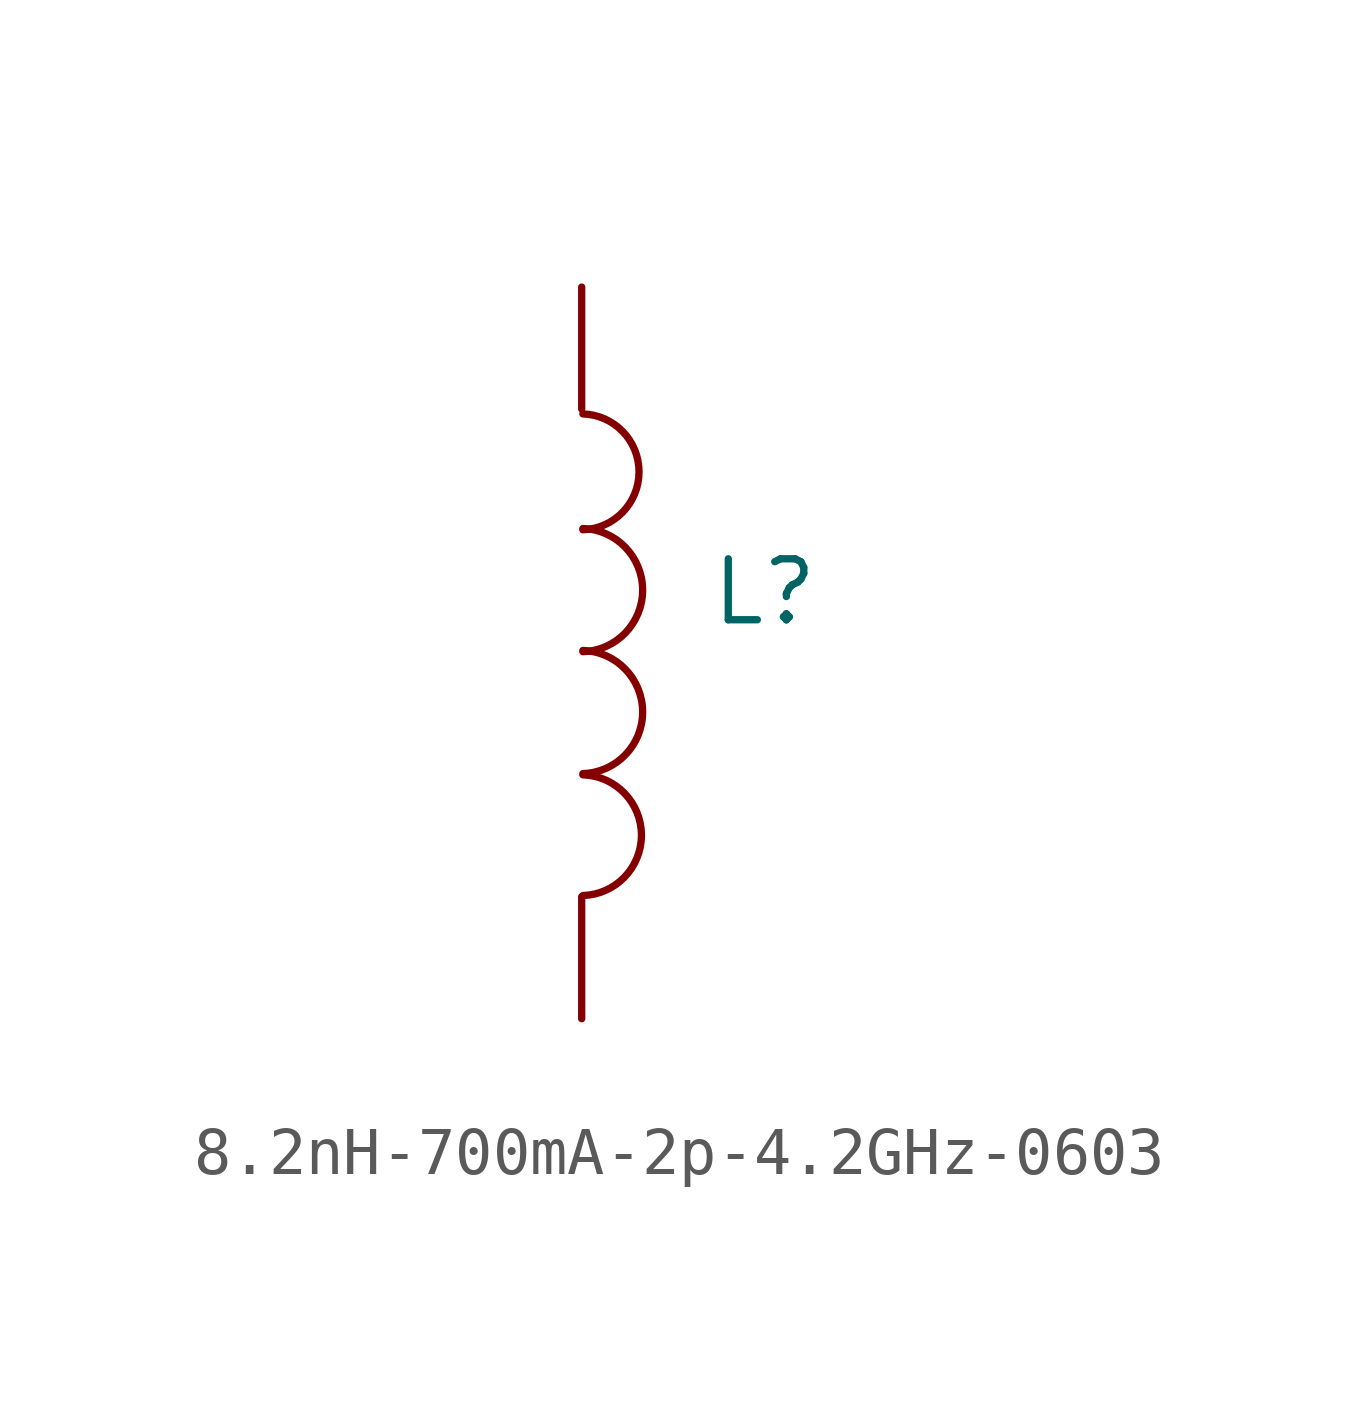
<source format=kicad_sym>
(kicad_symbol_lib
  (version 20220914)
  (generator kicad_symbol_editor)
  (symbol "8.2nH-700mA-2p-4.2GHz-0603"
    (pin_numbers hide)
    (pin_names
      (offset 1.016) hide)
    (property "Reference" "L"
      (at 3.81 -6.35 0)
      (effects (font (size 1.27 1.27))))
    (property "Datasheet" ""
      (at 0 0 0)
      (effects (font (size 1.27 1.27))))
    (symbol "8.2nH-700mA-2p-4.2GHz-0603_0_1"
      (arc (start 0.0254 -12.6746) (mid 1.2449 -11.4297) (end 0.0254 -10.16) (stroke (width 0) (type default)) (fill (type none)))
      (arc (start 0.0254 -10.1346) (mid 1.2703 -8.8644) (end 0.0254 -7.5692) (stroke (width 0) (type default)) (fill (type none)))
      (arc (start 0.0254 -7.5946) (mid 1.2703 -6.3244) (end 0.0254 -5.0292) (stroke (width 0) (type default)) (fill (type none)))
      (arc (start 0.0254 -5.0546) (mid 1.1941 -3.8605) (end 0.0254 -2.6416) (stroke (width 0) (type default)) (fill (type none))))
    (symbol "8.2nH-700mA-2p-4.2GHz-0603_1_1"
      (pin passive line (at 0 0 270) (length 2.54) (name "1" (effects (font (size 1.778 1.778)))) (number "1" (effects (font (size 1.778 1.778)))))
      (pin passive line (at 0 -15.24 90) (length 2.54) (name "2" (effects (font (size 1.778 1.778)))) (number "2" (effects (font (size 1.778 1.778))))))))
</source>
